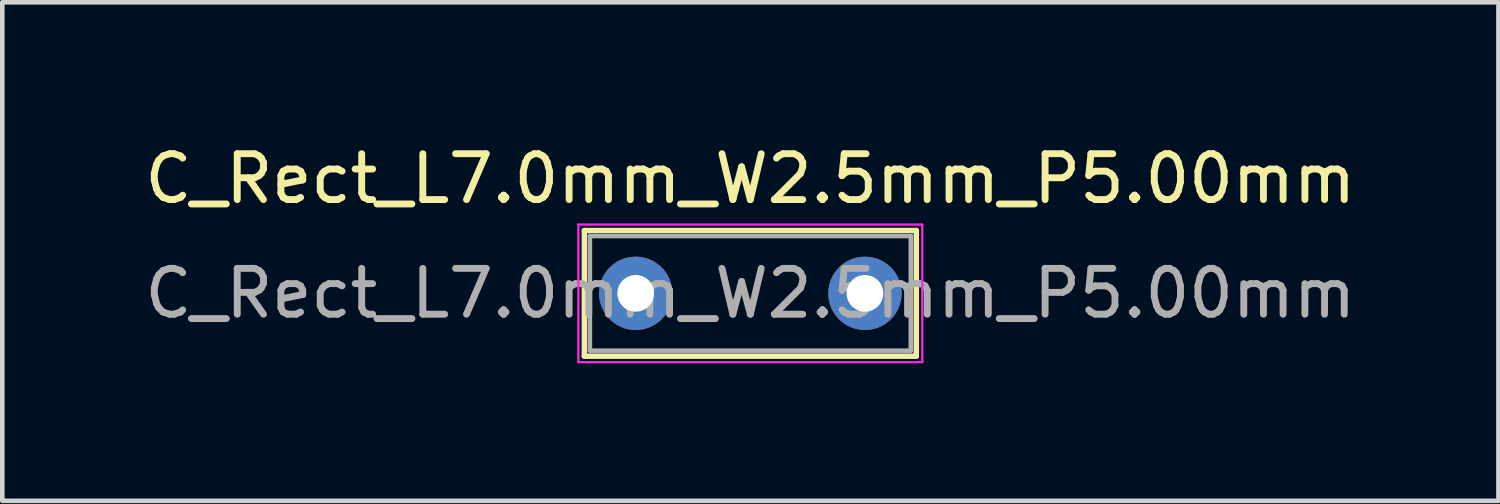
<source format=kicad_pcb>
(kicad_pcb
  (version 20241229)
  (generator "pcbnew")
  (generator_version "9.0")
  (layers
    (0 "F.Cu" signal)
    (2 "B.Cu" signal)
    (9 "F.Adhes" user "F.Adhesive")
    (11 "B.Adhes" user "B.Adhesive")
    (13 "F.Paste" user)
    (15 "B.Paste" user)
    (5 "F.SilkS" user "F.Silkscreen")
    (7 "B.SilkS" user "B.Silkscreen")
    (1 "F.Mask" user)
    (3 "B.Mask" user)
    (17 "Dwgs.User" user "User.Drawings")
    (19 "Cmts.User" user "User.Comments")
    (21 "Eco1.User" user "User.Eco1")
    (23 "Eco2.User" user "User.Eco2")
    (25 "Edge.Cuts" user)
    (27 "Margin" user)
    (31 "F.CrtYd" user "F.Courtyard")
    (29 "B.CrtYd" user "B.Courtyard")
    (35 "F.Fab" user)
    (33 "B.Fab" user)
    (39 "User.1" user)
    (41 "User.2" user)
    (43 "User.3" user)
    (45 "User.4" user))
  (footprint "C_Rect_L7.0mm_W2.5mm_P5.00mm"
    (layer "F.Cu")
    (at 10.815 3.348)
    (property "Reference" "C_Rect_L7.0mm_W2.5mm_P5.00mm" (at 2.5 -2.5 0) (layer "F.SilkS") (effects (font (size 1 1) (thickness 0.15))))
    (attr through_hole)
    (fp_line (start -1.12 -1.37) (end -1.12 1.37) (stroke (width 0.12) (type solid)) (layer "F.SilkS"))
    (fp_line (start -1.12 -1.37) (end 6.12 -1.37) (stroke (width 0.12) (type solid)) (layer "F.SilkS"))
    (fp_line (start -1.12 1.37) (end 6.12 1.37) (stroke (width 0.12) (type solid)) (layer "F.SilkS"))
    (fp_line (start 6.12 -1.37) (end 6.12 1.37) (stroke (width 0.12) (type solid)) (layer "F.SilkS"))
    (fp_line (start -1.25 -1.5) (end -1.25 1.5) (stroke (width 0.05) (type solid)) (layer "F.CrtYd"))
    (fp_line (start -1.25 1.5) (end 6.25 1.5) (stroke (width 0.05) (type solid)) (layer "F.CrtYd"))
    (fp_line (start 6.25 -1.5) (end -1.25 -1.5) (stroke (width 0.05) (type solid)) (layer "F.CrtYd"))
    (fp_line (start 6.25 1.5) (end 6.25 -1.5) (stroke (width 0.05) (type solid)) (layer "F.CrtYd"))
    (fp_line (start -1 -1.25) (end -1 1.25) (stroke (width 0.1) (type solid)) (layer "F.Fab"))
    (fp_line (start -1 1.25) (end 6 1.25) (stroke (width 0.1) (type solid)) (layer "F.Fab"))
    (fp_line (start 6 -1.25) (end -1 -1.25) (stroke (width 0.1) (type solid)) (layer "F.Fab"))
    (fp_line (start 6 1.25) (end 6 -1.25) (stroke (width 0.1) (type solid)) (layer "F.Fab"))
    (fp_text user "${REFERENCE}" (at 2.5 0 0) (layer "F.Fab") (effects (font (size 1 1) (thickness 0.15))))
    (pad "1" thru_hole circle (at 0 0) (size 1.6 1.6) (drill 0.8) (layers "*.Cu" "*.Mask"))
    (pad "2" thru_hole circle (at 5 0) (size 1.6 1.6) (drill 0.8) (layers "*.Cu" "*.Mask")))
  (gr_rect
    (start -3 -3)
    (end 29.631 7.873)
    (stroke (width 0.1) (type default))
    (fill no)
    (layer "Edge.Cuts")))
</source>
